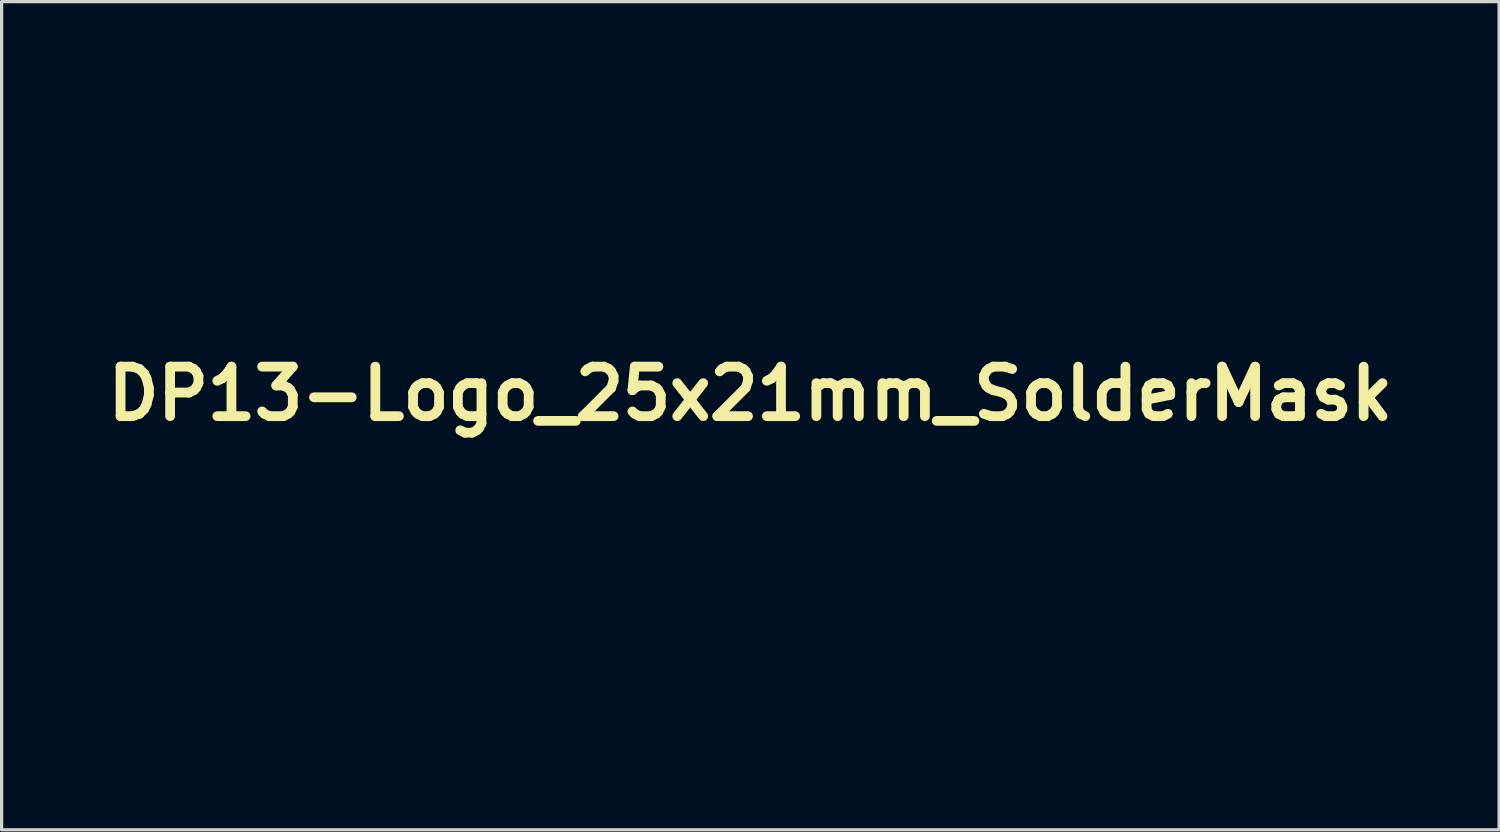
<source format=kicad_pcb>
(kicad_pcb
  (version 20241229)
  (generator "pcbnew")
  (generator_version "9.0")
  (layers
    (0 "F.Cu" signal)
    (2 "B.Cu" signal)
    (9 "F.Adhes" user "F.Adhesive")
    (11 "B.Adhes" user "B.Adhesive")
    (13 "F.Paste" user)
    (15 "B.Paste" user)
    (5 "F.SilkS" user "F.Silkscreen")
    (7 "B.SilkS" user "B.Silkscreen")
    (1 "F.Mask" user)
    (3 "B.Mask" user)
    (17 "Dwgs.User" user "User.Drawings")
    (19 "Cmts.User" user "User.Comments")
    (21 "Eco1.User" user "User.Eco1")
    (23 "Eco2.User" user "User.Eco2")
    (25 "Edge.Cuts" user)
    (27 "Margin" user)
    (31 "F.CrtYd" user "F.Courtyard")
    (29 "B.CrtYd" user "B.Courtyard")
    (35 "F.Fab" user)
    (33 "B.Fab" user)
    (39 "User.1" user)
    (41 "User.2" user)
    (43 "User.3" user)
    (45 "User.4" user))
  (footprint "DP13-Logo_25x21mm_SolderMask"
    (layer "F.Cu")
    (at 20.037 9.065)
    (property "Reference" "DP13-Logo_25x21mm_SolderMask" (at 0 0 0) (layer "F.SilkS") (effects (font (size 1.524 1.524) (thickness 0.3))))
    (attr through_hole)
    (fp_poly (pts (xy 2.405 3.85) (xy 2.413 3.895) (xy 2.346 4.022) (xy 2.307 4.043) (xy 2.222 4.004) (xy 2.201 3.895) (xy 2.24 3.76) (xy 2.307 3.747) (xy 2.405 3.85)) (stroke (width 0.01) (type solid)) (fill yes) (layer "F.Mask"))
    (fp_poly (pts (xy 3.759 4.042) (xy 3.812 4.182) (xy 3.735 4.295) (xy 3.641 4.318) (xy 3.503 4.269) (xy 3.471 4.2) (xy 3.533 4.079) (xy 3.66 4.015) (xy 3.759 4.042)) (stroke (width 0.01) (type solid)) (fill yes) (layer "F.Mask"))
    (fp_poly (pts (xy 3.036 3.271) (xy 3.414 3.308) (xy 3.777 3.361) (xy 4.086 3.425) (xy 4.302 3.497) (xy 4.385 3.567) (xy 4.384 3.661) (xy 4.322 3.718) (xy 4.178 3.74) (xy 3.927 3.728) (xy 3.549 3.684) (xy 3.204 3.635) (xy 2.717 3.562) (xy 2.38 3.507) (xy 2.174 3.462) (xy 2.08 3.422) (xy 2.08 3.381) (xy 2.155 3.332) (xy 2.206 3.307) (xy 2.393 3.266) (xy 2.683 3.256) (xy 3.036 3.271)) (stroke (width 0.01) (type solid)) (fill yes) (layer "F.Mask"))
    (fp_poly (pts (xy -5.97 2.035) (xy -5.928 2.345) (xy -5.893 2.82) (xy -5.891 2.857) (xy -5.864 3.291) (xy -5.834 3.7) (xy -5.806 4.032) (xy -5.786 4.212) (xy -5.773 4.434) (xy -5.798 4.56) (xy -5.818 4.572) (xy -5.863 4.494) (xy -5.933 4.28) (xy -6.017 3.961) (xy -6.108 3.567) (xy -6.131 3.46) (xy -6.222 2.994) (xy -6.28 2.631) (xy -6.301 2.391) (xy -6.284 2.296) (xy -6.197 2.18) (xy -6.144 2.053) (xy -6.076 1.893) (xy -6.018 1.886) (xy -5.97 2.035)) (stroke (width 0.01) (type solid)) (fill yes) (layer "F.Mask"))
    (fp_poly (pts (xy -6.53 3.112) (xy -6.519 3.203) (xy -6.525 3.273) (xy -6.557 3.327) (xy -6.639 3.37) (xy -6.794 3.409) (xy -7.044 3.448) (xy -7.414 3.492) (xy -7.927 3.549) (xy -8.001 3.557) (xy -8.418 3.601) (xy -8.694 3.626) (xy -8.86 3.629) (xy -8.943 3.607) (xy -8.971 3.56) (xy -8.975 3.484) (xy -8.975 3.482) (xy -8.957 3.411) (xy -8.884 3.358) (xy -8.729 3.314) (xy -8.463 3.273) (xy -8.058 3.227) (xy -8.022 3.223) (xy -7.608 3.178) (xy -7.23 3.134) (xy -6.936 3.097) (xy -6.795 3.076) (xy -6.605 3.059) (xy -6.53 3.112)) (stroke (width 0.01) (type solid)) (fill yes) (layer "F.Mask"))
    (fp_poly (pts (xy 10.942 5.781) (xy 11.182 5.842) (xy 11.476 5.926) (xy 11.776 6.017) (xy 12.032 6.102) (xy 12.195 6.166) (xy 12.224 6.183) (xy 12.245 6.293) (xy 12.238 6.523) (xy 12.208 6.825) (xy 12.162 7.155) (xy 12.106 7.464) (xy 12.047 7.707) (xy 12.008 7.811) (xy 11.867 7.919) (xy 11.63 7.953) (xy 11.357 7.904) (xy 11.345 7.9) (xy 10.915 7.731) (xy 10.65 7.591) (xy 10.551 7.482) (xy 10.568 7.432) (xy 10.644 7.276) (xy 10.668 7.106) (xy 10.721 6.877) (xy 10.837 6.666) (xy 10.986 6.389) (xy 10.971 6.126) (xy 10.875 5.946) (xy 10.799 5.81) (xy 10.806 5.757) (xy 10.942 5.781)) (stroke (width 0.01) (type solid)) (fill yes) (layer "F.Mask"))
    (fp_poly (pts (xy 3.586 5.661) (xy 3.699 5.734) (xy 3.84 5.82) (xy 4.107 5.972) (xy 4.474 6.176) (xy 4.918 6.419) (xy 5.414 6.687) (xy 5.715 6.848) (xy 6.232 7.127) (xy 6.711 7.391) (xy 7.129 7.627) (xy 7.461 7.821) (xy 7.681 7.958) (xy 7.747 8.005) (xy 8.001 8.212) (xy 7.595 8.212) (xy 7.142 8.269) (xy 6.815 8.439) (xy 6.613 8.723) (xy 6.536 9.121) (xy 6.582 9.634) (xy 6.643 9.926) (xy 6.701 10.165) (xy 6.733 10.266) (xy 6.773 10.398) (xy 6.739 10.411) (xy 6.63 10.301) (xy 6.441 10.065) (xy 6.17 9.698) (xy 5.812 9.197) (xy 5.376 8.571) (xy 5.012 8.046) (xy 4.659 7.536) (xy 4.335 7.067) (xy 4.057 6.666) (xy 3.843 6.359) (xy 3.735 6.202) (xy 3.525 5.881) (xy 3.431 5.685) (xy 3.451 5.611) (xy 3.586 5.661)) (stroke (width 0.01) (type solid)) (fill yes) (layer "F.Mask"))
    (fp_poly (pts (xy -3.164 -1.43) (xy -3.19 -1.048) (xy -3.214 -0.734) (xy -3.235 -0.523) (xy -3.247 -0.45) (xy -3.333 -0.425) (xy -3.564 -0.367) (xy -3.921 -0.28) (xy -4.385 -0.169) (xy -4.936 -0.039) (xy -5.555 0.106) (xy -6.006 0.212) (xy -6.663 0.365) (xy -7.267 0.509) (xy -7.8 0.636) (xy -8.241 0.744) (xy -8.569 0.826) (xy -8.766 0.879) (xy -8.814 0.895) (xy -8.885 0.878) (xy -8.89 0.849) (xy -8.821 0.746) (xy -8.742 0.703) (xy -8.619 0.651) (xy -8.371 0.54) (xy -8.025 0.384) (xy -7.611 0.195) (xy -7.239 0.024) (xy -5.884 -0.601) (xy -6.668 -0.575) (xy -7.008 -0.571) (xy -7.274 -0.579) (xy -7.427 -0.599) (xy -7.451 -0.614) (xy -7.386 -0.676) (xy -7.366 -0.677) (xy -7.291 -0.746) (xy -7.281 -0.804) (xy -7.229 -0.89) (xy -7.054 -0.927) (xy -6.916 -0.931) (xy -6.443 -0.978) (xy -5.871 -1.111) (xy -5.241 -1.314) (xy -4.592 -1.574) (xy -3.963 -1.878) (xy -3.531 -2.124) (xy -3.106 -2.385) (xy -3.164 -1.43)) (stroke (width 0.01) (type solid)) (fill yes) (layer "F.Mask"))
    (fp_poly (pts (xy -3.409 -4.698) (xy -3.493 -4.6) (xy -3.606 -4.38) (xy -3.635 -4.119) (xy -3.578 -3.891) (xy -3.513 -3.81) (xy -3.331 -3.726) (xy -3.175 -3.704) (xy -3.016 -3.68) (xy -2.963 -3.635) (xy -3.035 -3.565) (xy -3.232 -3.438) (xy -3.524 -3.271) (xy -3.883 -3.077) (xy -4.279 -2.874) (xy -4.684 -2.675) (xy -5.069 -2.496) (xy -5.376 -2.363) (xy -5.693 -2.23) (xy -5.952 -2.114) (xy -6.11 -2.034) (xy -6.134 -2.017) (xy -6.269 -1.95) (xy -6.346 -2) (xy -6.35 -2.03) (xy -6.292 -2.131) (xy -6.145 -2.295) (xy -6.05 -2.386) (xy -5.835 -2.638) (xy -5.783 -2.855) (xy -5.895 -3.032) (xy -6.02 -3.109) (xy -6.137 -3.149) (xy -6.287 -3.158) (xy -6.502 -3.133) (xy -6.815 -3.07) (xy -7.247 -2.968) (xy -7.661 -2.864) (xy -8.035 -2.766) (xy -8.325 -2.685) (xy -8.488 -2.633) (xy -8.67 -2.588) (xy -8.721 -2.629) (xy -8.652 -2.726) (xy -8.572 -2.767) (xy -8.458 -2.811) (xy -8.208 -2.907) (xy -7.841 -3.049) (xy -7.379 -3.228) (xy -6.843 -3.437) (xy -6.253 -3.666) (xy -6.054 -3.744) (xy -5.45 -3.979) (xy -4.892 -4.195) (xy -4.401 -4.384) (xy -3.997 -4.538) (xy -3.701 -4.65) (xy -3.536 -4.71) (xy -3.514 -4.718) (xy -3.399 -4.744) (xy -3.409 -4.698)) (stroke (width 0.01) (type solid)) (fill yes) (layer "F.Mask"))
    (fp_poly (pts (xy 3.895 -0.525) (xy 4.207 -0.239) (xy 4.37 0.018) (xy 4.452 0.226) (xy 4.435 0.322) (xy 4.326 0.291) (xy 4.266 0.246) (xy 4.073 0.164) (xy 3.918 0.156) (xy 3.7 0.123) (xy 3.531 0.028) (xy 3.451 -0.029) (xy 3.486 0.035) (xy 3.58 0.155) (xy 3.772 0.494) (xy 3.81 0.742) (xy 3.816 0.934) (xy 3.847 0.979) (xy 3.919 0.9) (xy 3.923 0.894) (xy 4.038 0.791) (xy 4.198 0.795) (xy 4.283 0.821) (xy 4.418 0.877) (xy 4.495 0.962) (xy 4.533 1.122) (xy 4.553 1.402) (xy 4.555 1.437) (xy 4.554 1.78) (xy 4.516 2.004) (xy 4.481 2.066) (xy 4.383 2.112) (xy 4.343 2.055) (xy 4.268 2.017) (xy 4.103 2.103) (xy 4.054 2.137) (xy 3.852 2.256) (xy 3.706 2.257) (xy 3.664 2.235) (xy 3.477 2.076) (xy 3.433 1.9) (xy 3.527 1.669) (xy 3.589 1.572) (xy 3.721 1.358) (xy 3.798 1.194) (xy 3.806 1.152) (xy 3.77 1.16) (xy 3.684 1.287) (xy 3.635 1.377) (xy 3.435 1.642) (xy 3.194 1.814) (xy 3.034 1.894) (xy 3.025 1.932) (xy 3.095 1.94) (xy 3.312 2.01) (xy 3.45 2.164) (xy 3.471 2.261) (xy 3.415 2.362) (xy 3.27 2.367) (xy 3.073 2.296) (xy 2.86 2.165) (xy 2.668 1.995) (xy 2.533 1.803) (xy 2.52 1.773) (xy 2.472 1.67) (xy 2.443 1.662) (xy 2.431 1.769) (xy 2.432 2.01) (xy 2.442 2.322) (xy 2.448 2.667) (xy 2.439 2.937) (xy 2.418 3.095) (xy 2.4 3.121) (xy 2.266 3.097) (xy 2.14 3.073) (xy 2.063 3.052) (xy 2.011 3.007) (xy 1.982 2.907) (xy 1.972 2.727) (xy 1.977 2.436) (xy 1.994 2.006) (xy 1.996 1.963) (xy 2.022 1.371) (xy 2.023 1.355) (xy 2.286 1.355) (xy 2.317 1.424) (xy 2.342 1.411) (xy 2.353 1.311) (xy 2.342 1.298) (xy 2.292 1.31) (xy 2.286 1.355) (xy 2.023 1.355) (xy 2.049 0.922) (xy 2.061 0.804) (xy 2.307 0.804) (xy 2.314 0.979) (xy 2.333 1.024) (xy 2.344 0.996) (xy 2.36 0.792) (xy 2.346 0.657) (xy 2.324 0.61) (xy 2.31 0.712) (xy 2.307 0.804) (xy 2.061 0.804) (xy 2.083 0.589) (xy 2.123 0.363) (xy 2.371 0.363) (xy 2.387 0.423) (xy 2.395 0.416) (xy 2.458 0.328) (xy 2.543 0.212) (xy 2.622 0.097) (xy 2.593 0.102) (xy 2.519 0.159) (xy 2.4 0.288) (xy 2.371 0.363) (xy 2.123 0.363) (xy 2.127 0.345) (xy 2.186 0.164) (xy 2.267 0.018) (xy 2.318 -0.047) (xy 2.727 -0.047) (xy 2.764 -0.044) (xy 2.899 -0.105) (xy 2.935 -0.127) (xy 3.217 -0.127) (xy 3.26 -0.085) (xy 3.302 -0.127) (xy 3.26 -0.169) (xy 3.217 -0.127) (xy 2.935 -0.127) (xy 3.031 -0.187) (xy 3.041 -0.241) (xy 3.037 -0.243) (xy 2.913 -0.214) (xy 2.809 -0.136) (xy 2.727 -0.047) (xy 2.318 -0.047) (xy 2.374 -0.118) (xy 2.389 -0.135) (xy 2.763 -0.466) (xy 3.153 -0.641) (xy 3.537 -0.66) (xy 3.895 -0.525)) (stroke (width 0.01) (type solid)) (fill yes) (layer "F.Mask"))
    (fp_poly (pts (xy 6.731 -4.884) (xy 7.639 -4.805) (xy 8.412 -4.647) (xy 9.068 -4.406) (xy 9.483 -4.175) (xy 9.797 -3.94) (xy 10.176 -3.61) (xy 10.588 -3.216) (xy 11.001 -2.794) (xy 11.382 -2.375) (xy 11.7 -1.994) (xy 11.92 -1.683) (xy 11.934 -1.661) (xy 12.266 -0.976) (xy 12.501 -0.209) (xy 12.644 0.66) (xy 12.699 1.653) (xy 12.7 1.812) (xy 12.689 2.201) (xy 12.66 2.668) (xy 12.615 3.185) (xy 12.558 3.727) (xy 12.493 4.267) (xy 12.423 4.776) (xy 12.351 5.228) (xy 12.282 5.597) (xy 12.218 5.854) (xy 12.164 5.974) (xy 12.157 5.978) (xy 12.042 5.96) (xy 11.795 5.879) (xy 11.439 5.745) (xy 10.994 5.568) (xy 10.484 5.357) (xy 9.93 5.121) (xy 9.354 4.87) (xy 8.777 4.614) (xy 8.222 4.363) (xy 7.71 4.125) (xy 7.263 3.911) (xy 6.903 3.729) (xy 6.652 3.59) (xy 6.562 3.53) (xy 6.508 3.48) (xy 6.466 3.407) (xy 6.434 3.29) (xy 6.41 3.108) (xy 6.391 2.84) (xy 6.376 2.464) (xy 6.363 1.959) (xy 6.35 1.381) (xy 6.308 -0.639) (xy 6.037 -1.188) (xy 5.677 -1.776) (xy 5.224 -2.25) (xy 4.648 -2.638) (xy 4.44 -2.746) (xy 3.81 -3.053) (xy 3.809 -3.45) (xy 4.113 -3.45) (xy 4.136 -3.258) (xy 4.225 -3.152) (xy 4.398 -3.091) (xy 4.424 -3.086) (xy 4.696 -2.996) (xy 4.92 -2.886) (xy 5.169 -2.679) (xy 5.458 -2.352) (xy 5.759 -1.941) (xy 6.046 -1.481) (xy 6.281 -1.037) (xy 6.613 -0.338) (xy 6.646 1.503) (xy 6.679 3.344) (xy 6.914 3.532) (xy 7.084 3.629) (xy 7.376 3.758) (xy 7.751 3.902) (xy 8.171 4.047) (xy 8.217 4.062) (xy 8.673 4.22) (xy 9.122 4.395) (xy 9.512 4.565) (xy 9.786 4.708) (xy 10.122 4.897) (xy 10.477 5.074) (xy 10.71 5.175) (xy 10.998 5.294) (xy 11.253 5.411) (xy 11.345 5.46) (xy 11.633 5.573) (xy 11.868 5.537) (xy 12.014 5.428) (xy 12.079 5.353) (xy 12.132 5.259) (xy 12.178 5.123) (xy 12.22 4.922) (xy 12.263 4.634) (xy 12.311 4.237) (xy 12.368 3.708) (xy 12.41 3.302) (xy 12.482 2.387) (xy 12.497 1.584) (xy 12.452 0.847) (xy 12.346 0.127) (xy 12.317 -0.022) (xy 12.235 -0.354) (xy 12.127 -0.697) (xy 12.005 -1.018) (xy 11.885 -1.286) (xy 11.779 -1.469) (xy 11.701 -1.534) (xy 11.681 -1.519) (xy 11.596 -1.515) (xy 11.447 -1.656) (xy 11.377 -1.742) (xy 11.296 -1.838) (xy 11.528 -1.838) (xy 11.549 -1.791) (xy 11.634 -1.7) (xy 11.683 -1.719) (xy 11.684 -1.731) (xy 11.624 -1.802) (xy 11.586 -1.828) (xy 11.528 -1.838) (xy 11.296 -1.838) (xy 11.081 -2.092) (xy 11.359 -2.092) (xy 11.38 -2.045) (xy 11.465 -1.954) (xy 11.514 -1.973) (xy 11.515 -1.985) (xy 11.455 -2.056) (xy 11.417 -2.082) (xy 11.359 -2.092) (xy 11.081 -2.092) (xy 10.786 -2.441) (xy 10.193 -2.983) (xy 9.644 -3.343) (xy 8.933 -3.68) (xy 8.236 -3.928) (xy 7.514 -4.095) (xy 6.726 -4.19) (xy 5.833 -4.221) (xy 5.419 -4.217) (xy 4.191 -4.191) (xy 4.14 -3.768) (xy 4.113 -3.45) (xy 3.809 -3.45) (xy 3.809 -3.453) (xy 3.794 -3.777) (xy 3.738 -3.95) (xy 3.617 -3.983) (xy 3.406 -3.887) (xy 3.195 -3.75) (xy 2.759 -3.415) (xy 2.48 -3.104) (xy 2.354 -2.831) (xy 2.355 -2.695) (xy 2.479 -2.661) (xy 2.483 -2.662) (xy 2.588 -2.636) (xy 2.668 -2.529) (xy 2.742 -2.305) (xy 2.779 -2.159) (xy 2.848 -1.887) (xy 2.903 -1.691) (xy 2.93 -1.618) (xy 3.021 -1.619) (xy 3.218 -1.66) (xy 3.334 -1.69) (xy 3.832 -1.746) (xy 4.33 -1.651) (xy 4.794 -1.418) (xy 5.192 -1.064) (xy 5.399 -0.774) (xy 5.63 -0.381) (xy 5.63 2.244) (xy 5.633 2.902) (xy 5.639 3.513) (xy 5.649 4.054) (xy 5.662 4.501) (xy 5.677 4.834) (xy 5.694 5.029) (xy 5.701 5.064) (xy 5.821 5.216) (xy 6.084 5.389) (xy 6.413 5.552) (xy 6.709 5.682) (xy 6.942 5.774) (xy 7.071 5.813) (xy 7.085 5.812) (xy 7.039 5.762) (xy 6.885 5.684) (xy 6.864 5.675) (xy 6.622 5.557) (xy 6.512 5.439) (xy 6.533 5.292) (xy 6.686 5.085) (xy 6.855 4.906) (xy 7.075 4.676) (xy 7.193 4.528) (xy 7.226 4.424) (xy 7.192 4.325) (xy 7.151 4.259) (xy 7.062 4.086) (xy 7.043 3.974) (xy 7.12 3.98) (xy 7.305 4.06) (xy 7.561 4.192) (xy 7.854 4.358) (xy 8.15 4.536) (xy 8.414 4.709) (xy 8.611 4.854) (xy 8.669 4.906) (xy 8.781 5.102) (xy 8.856 5.392) (xy 8.889 5.717) (xy 8.874 6.019) (xy 8.809 6.238) (xy 8.776 6.283) (xy 8.724 6.356) (xy 8.74 6.434) (xy 8.845 6.542) (xy 9.059 6.704) (xy 9.231 6.827) (xy 9.498 7.02) (xy 9.702 7.178) (xy 9.811 7.275) (xy 9.82 7.29) (xy 9.749 7.345) (xy 9.573 7.412) (xy 9.546 7.42) (xy 9.318 7.547) (xy 9.239 7.753) (xy 9.308 8.038) (xy 9.477 8.332) (xy 9.647 8.588) (xy 9.727 8.743) (xy 9.708 8.796) (xy 9.58 8.75) (xy 9.332 8.604) (xy 8.975 8.372) (xy 8.659 8.171) (xy 8.244 7.917) (xy 7.781 7.642) (xy 7.319 7.374) (xy 7.237 7.327) (xy 6.735 7.038) (xy 6.178 6.712) (xy 5.635 6.387) (xy 5.171 6.104) (xy 5.162 6.098) (xy 4.763 5.858) (xy 4.375 5.64) (xy 4.042 5.465) (xy 3.805 5.358) (xy 3.789 5.352) (xy 3.534 5.244) (xy 3.412 5.134) (xy 3.387 5.028) (xy 3.37 4.9) (xy 3.303 4.798) (xy 3.158 4.704) (xy 2.909 4.604) (xy 2.529 4.482) (xy 2.413 4.446) (xy 1.903 4.282) (xy 1.426 4.111) (xy 1.069 3.967) (xy 1.524 3.967) (xy 2.011 4.105) (xy 2.387 4.211) (xy 2.624 4.274) (xy 2.746 4.301) (xy 2.775 4.294) (xy 2.737 4.26) (xy 2.722 4.25) (xy 2.634 4.109) (xy 2.67 3.95) (xy 2.809 3.839) (xy 2.866 3.824) (xy 3.007 3.826) (xy 3.023 3.919) (xy 3.008 3.972) (xy 2.994 4.102) (xy 3.094 4.146) (xy 3.174 4.149) (xy 3.324 4.176) (xy 3.339 4.236) (xy 3.238 4.297) (xy 3.064 4.324) (xy 3.051 4.347) (xy 3.179 4.405) (xy 3.425 4.489) (xy 3.767 4.591) (xy 3.81 4.603) (xy 4.302 4.732) (xy 4.638 4.799) (xy 4.818 4.803) (xy 4.846 4.787) (xy 4.869 4.674) (xy 4.888 4.425) (xy 4.902 4.076) (xy 4.909 3.659) (xy 4.91 3.556) (xy 4.917 2.913) (xy 4.934 2.331) (xy 4.961 1.831) (xy 4.995 1.434) (xy 5.036 1.158) (xy 5.081 1.025) (xy 5.096 1.016) (xy 5.117 1.097) (xy 5.13 1.329) (xy 5.135 1.693) (xy 5.132 2.171) (xy 5.12 2.743) (xy 5.113 2.971) (xy 5.095 3.612) (xy 5.085 4.103) (xy 5.084 4.464) (xy 5.093 4.715) (xy 5.112 4.876) (xy 5.141 4.967) (xy 5.173 5.002) (xy 5.312 5.069) (xy 5.355 5.079) (xy 5.373 4.998) (xy 5.39 4.77) (xy 5.406 4.417) (xy 5.421 3.961) (xy 5.432 3.424) (xy 5.439 2.857) (xy 5.447 2.047) (xy 5.452 1.388) (xy 5.454 0.863) (xy 5.452 0.455) (xy 5.445 0.147) (xy 5.433 -0.08) (xy 5.413 -0.242) (xy 5.386 -0.357) (xy 5.349 -0.443) (xy 5.304 -0.516) (xy 5.257 -0.582) (xy 5.049 -0.788) (xy 4.868 -0.847) (xy 4.691 -0.879) (xy 4.614 -0.931) (xy 4.493 -1.007) (xy 4.425 -1.016) (xy 4.346 -0.997) (xy 4.38 -0.918) (xy 4.459 -0.826) (xy 4.677 -0.555) (xy 4.861 -0.28) (xy 4.992 -0.034) (xy 5.057 0.153) (xy 5.037 0.248) (xy 5.011 0.254) (xy 4.929 0.184) (xy 4.831 0.012) (xy 4.819 -0.017) (xy 4.592 -0.4) (xy 4.243 -0.785) (xy 3.846 -1.105) (xy 3.484 -1.354) (xy 3.076 -1.18) (xy 2.629 -0.922) (xy 2.22 -0.565) (xy 1.908 -0.161) (xy 1.859 -0.074) (xy 1.733 0.244) (xy 1.638 0.657) (xy 1.574 1.184) (xy 1.537 1.841) (xy 1.525 2.64) (xy 1.524 3.967) (xy 1.069 3.967) (xy 1.009 3.943) (xy 0.679 3.791) (xy 0.463 3.665) (xy 0.39 3.592) (xy 0.394 3.459) (xy 0.53 3.416) (xy 0.783 3.464) (xy 0.804 3.471) (xy 1.02 3.522) (xy 1.171 3.521) (xy 1.184 3.515) (xy 1.223 3.411) (xy 1.253 3.177) (xy 1.27 2.851) (xy 1.272 2.683) (xy 1.295 1.87) (xy 1.355 1.13) (xy 1.45 0.492) (xy 1.576 -0.015) (xy 1.612 -0.12) (xy 1.755 -0.421) (xy 1.948 -0.73) (xy 2.164 -1.012) (xy 2.372 -1.229) (xy 2.545 -1.345) (xy 2.593 -1.355) (xy 2.663 -1.354) (xy 2.694 -1.377) (xy 2.68 -1.457) (xy 2.614 -1.628) (xy 2.506 -1.893) (xy 2.304 -2.39) (xy 2.073 -1.995) (xy 1.882 -1.614) (xy 1.673 -1.102) (xy 1.457 -0.496) (xy 1.245 0.17) (xy 1.046 0.858) (xy 0.873 1.532) (xy 0.736 2.157) (xy 0.646 2.697) (xy 0.637 2.773) (xy 0.593 3.047) (xy 0.538 3.238) (xy 0.489 3.302) (xy 0.44 3.225) (xy 0.435 3.017) (xy 0.442 2.937) (xy 0.457 2.699) (xy 0.408 2.554) (xy 0.264 2.429) (xy 0.196 2.384) (xy 0.009 2.238) (xy -0.119 2.067) (xy -0.198 1.836) (xy -0.24 1.512) (xy -0.254 1.061) (xy -0.254 0.933) (xy -0.254 0.221) (xy 0.042 0.221) (xy 0.072 0.366) (xy 0.149 0.581) (xy 0.251 0.821) (xy 0.359 1.042) (xy 0.453 1.201) (xy 0.511 1.252) (xy 0.517 1.247) (xy 0.556 1.111) (xy 0.601 0.866) (xy 0.632 0.643) (xy 0.672 0.355) (xy 0.711 0.129) (xy 0.734 0.036) (xy 0.728 -0.021) (xy 0.624 -0.019) (xy 0.409 0.038) (xy 0.189 0.117) (xy 0.058 0.194) (xy 0.042 0.221) (xy -0.254 0.221) (xy -0.254 0.098) (xy 0.254 -0.099) (xy 0.544 -0.222) (xy 0.715 -0.335) (xy 0.814 -0.475) (xy 0.859 -0.592) (xy 1.131 -1.236) (xy 1.502 -1.831) (xy 1.731 -2.107) (xy 2.016 -2.478) (xy 2.178 -2.864) (xy 2.196 -2.932) (xy 2.28 -3.204) (xy 2.406 -3.43) (xy 2.6 -3.631) (xy 2.886 -3.831) (xy 3.288 -4.05) (xy 3.66 -4.23) (xy 4.287 -4.509) (xy 4.825 -4.704) (xy 5.328 -4.826) (xy 5.846 -4.885) (xy 6.431 -4.894) (xy 6.731 -4.884)) (stroke (width 0.01) (type solid)) (fill yes) (layer "F.Mask"))
    (fp_poly (pts (xy -5.237 -9.009) (xy -4.628 -8.872) (xy -4.364 -8.772) (xy -3.623 -8.347) (xy -2.95 -7.77) (xy -2.35 -7.047) (xy -1.828 -6.183) (xy -1.435 -5.308) (xy -1.199 -4.699) (xy -0.832 -4.673) (xy -0.615 -4.64) (xy -0.427 -4.558) (xy -0.219 -4.397) (xy -0.021 -4.21) (xy 0.311 -3.843) (xy 0.525 -3.489) (xy 0.638 -3.1) (xy 0.668 -2.627) (xy 0.656 -2.324) (xy 0.621 -1.925) (xy 0.567 -1.642) (xy 0.481 -1.421) (xy 0.396 -1.277) (xy 0.064 -0.909) (xy -0.394 -0.626) (xy -0.965 -0.427) (xy -1.478 -0.293) (xy -1.717 0.721) (xy -1.831 1.178) (xy -1.927 1.5) (xy -2.017 1.719) (xy -2.115 1.869) (xy -2.185 1.94) (xy -2.323 2.094) (xy -2.318 2.175) (xy -2.307 2.18) (xy -2.209 2.284) (xy -2.201 2.331) (xy -2.136 2.468) (xy -2.069 2.521) (xy -1.969 2.645) (xy -1.878 2.867) (xy -1.855 2.956) (xy -1.832 3.071) (xy -1.825 3.181) (xy -1.844 3.304) (xy -1.895 3.463) (xy -1.989 3.678) (xy -2.134 3.969) (xy -2.338 4.359) (xy -2.611 4.866) (xy -2.764 5.15) (xy -3.057 5.689) (xy -3.341 6.206) (xy -3.602 6.672) (xy -3.824 7.06) (xy -3.99 7.343) (xy -4.057 7.449) (xy -4.36 7.914) (xy -4.414 7.411) (xy -4.467 7.085) (xy -4.552 6.872) (xy -4.685 6.722) (xy -5.038 6.529) (xy -5.49 6.468) (xy -6.035 6.54) (xy -6.098 6.555) (xy -6.377 6.62) (xy -6.588 6.654) (xy -6.678 6.653) (xy -6.757 6.695) (xy -6.934 6.834) (xy -7.185 7.051) (xy -7.485 7.325) (xy -7.58 7.414) (xy -7.891 7.704) (xy -8.157 7.948) (xy -8.355 8.122) (xy -8.462 8.207) (xy -8.472 8.212) (xy -8.472 8.134) (xy -8.44 7.92) (xy -8.381 7.597) (xy -8.301 7.194) (xy -8.252 6.964) (xy -8.153 6.498) (xy -8.062 6.066) (xy -7.987 5.707) (xy -7.937 5.46) (xy -7.926 5.402) (xy -7.874 5.122) (xy -7.715 5.122) (xy -7.193 5.821) (xy -6.968 6.112) (xy -6.775 6.343) (xy -6.638 6.487) (xy -6.589 6.519) (xy -6.502 6.473) (xy -6.293 6.341) (xy -5.979 6.135) (xy -5.577 5.867) (xy -5.104 5.547) (xy -4.577 5.188) (xy -4.225 4.945) (xy -1.942 3.372) (xy -1.998 3.062) (xy -2.049 2.824) (xy -2.112 2.681) (xy -2.21 2.637) (xy -2.365 2.695) (xy -2.599 2.857) (xy -2.933 3.127) (xy -3.02 3.199) (xy -3.395 3.5) (xy -3.825 3.83) (xy -4.29 4.173) (xy -4.766 4.514) (xy -5.231 4.838) (xy -5.664 5.129) (xy -6.042 5.373) (xy -6.342 5.553) (xy -6.544 5.655) (xy -6.607 5.673) (xy -6.678 5.603) (xy -6.767 5.434) (xy -6.772 5.421) (xy -6.901 5.181) (xy -7.063 5.073) (xy -7.313 5.067) (xy -7.392 5.077) (xy -7.715 5.122) (xy -7.874 5.122) (xy -7.868 5.09) (xy -8.678 5.038) (xy -9.878 2.168) (xy -10.294 2.074) (xy -10.614 1.98) (xy -9.848 1.98) (xy -9.826 2.035) (xy -9.794 2.062) (xy -9.723 2.17) (xy -9.603 2.407) (xy -9.447 2.744) (xy -9.269 3.153) (xy -9.145 3.45) (xy -8.968 3.88) (xy -8.815 4.249) (xy -8.696 4.532) (xy -8.623 4.702) (xy -8.604 4.74) (xy -8.525 4.718) (xy -8.333 4.66) (xy -8.178 4.613) (xy -7.751 4.529) (xy -7.235 4.493) (xy -6.703 4.506) (xy -6.226 4.568) (xy -6.05 4.611) (xy -5.638 4.735) (xy -5.21 4.412) (xy -4.999 4.234) (xy -4.708 3.962) (xy -4.368 3.628) (xy -4.013 3.263) (xy -3.866 3.107) (xy -2.95 2.125) (xy -2.902 1.317) (xy -2.854 0.51) (xy -2.488 0.295) (xy -2.234 0.115) (xy -2.09 -0.087) (xy -2.031 -0.258) (xy -1.988 -0.495) (xy -1.993 -0.671) (xy -2.005 -0.7) (xy -2.057 -0.837) (xy -2.123 -1.078) (xy -2.166 -1.27) (xy -2.262 -1.736) (xy -2.326 -1.006) (xy -2.36 -0.666) (xy -2.398 -0.39) (xy -2.433 -0.221) (xy -2.443 -0.195) (xy -2.539 -0.116) (xy -2.744 0.016) (xy -3.016 0.175) (xy -3.069 0.205) (xy -3.389 0.389) (xy -3.576 0.509) (xy -3.627 0.562) (xy -3.536 0.544) (xy -3.323 0.459) (xy -3.095 0.362) (xy -2.925 0.29) (xy -2.9 0.28) (xy -2.807 0.276) (xy -2.826 0.376) (xy -2.953 0.562) (xy -2.988 0.605) (xy -3.119 0.717) (xy -3.343 0.867) (xy -3.625 1.035) (xy -3.933 1.204) (xy -4.231 1.356) (xy -4.488 1.474) (xy -4.669 1.539) (xy -4.741 1.535) (xy -4.741 1.533) (xy -4.809 1.489) (xy -4.911 1.499) (xy -5.048 1.566) (xy -5.08 1.619) (xy -5.157 1.658) (xy -5.357 1.685) (xy -5.588 1.693) (xy -5.856 1.683) (xy -6.04 1.655) (xy -6.096 1.623) (xy -6.019 1.574) (xy -5.815 1.506) (xy -5.523 1.431) (xy -5.419 1.407) (xy -5.031 1.31) (xy -4.807 1.22) (xy -4.741 1.142) (xy -4.771 1.082) (xy -4.881 1.092) (xy -5.104 1.178) (xy -5.129 1.188) (xy -5.438 1.31) (xy -5.609 1.349) (xy -5.648 1.308) (xy -5.63 1.27) (xy -5.618 1.205) (xy -5.708 1.192) (xy -5.923 1.233) (xy -6.137 1.288) (xy -6.363 1.369) (xy -6.5 1.459) (xy -6.519 1.498) (xy -6.591 1.597) (xy -6.71 1.646) (xy -6.884 1.674) (xy -7.184 1.713) (xy -7.572 1.76) (xy -8.013 1.81) (xy -8.47 1.859) (xy -8.905 1.904) (xy -9.283 1.941) (xy -9.566 1.964) (xy -9.719 1.972) (xy -9.72 1.972) (xy -9.848 1.98) (xy -10.614 1.98) (xy -10.738 1.944) (xy -11.082 1.769) (xy -11.11 1.746) (xy -10.172 1.746) (xy -10.059 1.761) (xy -10.033 1.761) (xy -9.959 1.757) (xy -9.716 1.757) (xy -9.715 1.853) (xy -9.623 1.828) (xy -9.504 1.727) (xy -9.415 1.627) (xy -9.457 1.609) (xy -9.524 1.621) (xy -9.673 1.697) (xy -9.716 1.757) (xy -9.959 1.757) (xy -9.888 1.752) (xy -9.876 1.726) (xy -9.883 1.722) (xy -10.051 1.706) (xy -10.137 1.719) (xy -10.172 1.746) (xy -11.11 1.746) (xy -11.367 1.54) (xy -11.513 1.372) (xy -11.582 1.182) (xy -11.599 0.898) (xy -11.599 0.894) (xy -11.617 0.601) (xy -11.663 0.218) (xy -11.728 -0.18) (xy -11.74 -0.243) (xy -11.813 -0.59) (xy -11.876 -0.809) (xy -11.909 -0.867) (xy -11.684 -0.867) (xy -11.667 -0.78) (xy -11.621 -0.566) (xy -11.554 -0.262) (xy -11.512 -0.074) (xy -11.409 0.366) (xy -11.317 0.682) (xy -11.22 0.913) (xy -11.1 1.104) (xy -10.938 1.294) (xy -10.933 1.3) (xy -10.819 1.416) (xy -10.712 1.484) (xy -10.568 1.512) (xy -10.344 1.51) (xy -9.995 1.485) (xy -9.991 1.484) (xy -9.532 1.439) (xy -9.018 1.375) (xy -8.558 1.305) (xy -8.551 1.304) (xy -7.939 1.185) (xy -7.323 1.044) (xy -6.576 1.044) (xy -6.564 1.095) (xy -6.519 1.101) (xy -6.45 1.07) (xy -6.463 1.044) (xy -6.563 1.034) (xy -6.576 1.044) (xy -7.323 1.044) (xy -7.208 1.018) (xy -7.12 0.996) (xy -6.229 0.996) (xy -6.145 1.009) (xy -6.069 0.998) (xy -4.64 0.998) (xy -4.614 1.013) (xy -4.475 0.971) (xy -4.403 0.931) (xy -4.335 0.864) (xy -4.36 0.849) (xy -4.499 0.891) (xy -4.572 0.931) (xy -4.64 0.998) (xy -6.069 0.998) (xy -6.036 0.994) (xy -6.034 0.965) (xy -6.148 0.945) (xy -6.197 0.958) (xy -6.229 0.996) (xy -7.12 0.996) (xy -6.61 0.868) (xy -5.722 0.868) (xy -5.718 0.887) (xy -5.673 0.881) (xy -5.398 0.82) (xy -5.347 0.804) (xy -4.233 0.804) (xy -4.191 0.847) (xy -4.149 0.804) (xy -4.191 0.762) (xy -4.233 0.804) (xy -5.347 0.804) (xy -5.147 0.744) (xy -4.047 0.744) (xy -4.022 0.759) (xy -3.883 0.717) (xy -3.81 0.677) (xy -3.742 0.61) (xy -3.768 0.595) (xy -3.907 0.637) (xy -3.979 0.677) (xy -4.047 0.744) (xy -5.147 0.744) (xy -5.087 0.726) (xy -5.015 0.701) (xy -4.771 0.606) (xy -4.678 0.555) (xy -4.721 0.55) (xy -4.888 0.587) (xy -5.164 0.668) (xy -5.337 0.723) (xy -5.589 0.81) (xy -5.722 0.868) (xy -6.61 0.868) (xy -6.399 0.815) (xy -5.553 0.585) (xy -5.144 0.466) (xy -4.572 0.466) (xy -4.53 0.508) (xy -4.487 0.466) (xy -4.53 0.423) (xy -4.572 0.466) (xy -5.144 0.466) (xy -4.711 0.34) (xy -4.331 0.223) (xy -3.905 0.088) (xy -3.541 -0.029) (xy -3.267 -0.12) (xy -3.112 -0.175) (xy -3.088 -0.185) (xy -3.071 -0.275) (xy -3.043 -0.498) (xy -3.008 -0.819) (xy -2.968 -1.205) (xy -2.928 -1.621) (xy -2.891 -2.032) (xy -2.859 -2.404) (xy -1.757 -2.404) (xy -1.74 -1.683) (xy -1.699 -1.395) (xy -1.621 -0.992) (xy -1.544 -0.732) (xy -1.454 -0.591) (xy -1.336 -0.545) (xy -1.203 -0.561) (xy -1.024 -0.611) (xy -0.94 -0.645) (xy -0.948 -0.734) (xy -0.999 -0.938) (xy -1.084 -1.216) (xy -1.088 -1.228) (xy -1.242 -1.913) (xy -1.268 -2.609) (xy -1.257 -2.687) (xy -1.093 -2.687) (xy -1.086 -2.063) (xy -0.98 -1.452) (xy -0.93 -1.284) (xy -0.739 -0.7) (xy -0.466 -0.784) (xy -0.193 -0.868) (xy -0.456 -1.379) (xy -0.589 -1.655) (xy -0.668 -1.89) (xy -0.707 -2.147) (xy -0.719 -2.491) (xy -0.72 -2.625) (xy -0.715 -2.995) (xy -0.69 -3.253) (xy -0.634 -3.454) (xy -0.533 -3.656) (xy -0.451 -3.791) (xy -0.305 -4.038) (xy -0.246 -4.188) (xy -0.263 -4.28) (xy -0.309 -4.329) (xy -0.384 -4.38) (xy -0.45 -4.376) (xy -0.529 -4.293) (xy -0.641 -4.108) (xy -0.807 -3.797) (xy -0.823 -3.768) (xy -1.005 -3.272) (xy -1.093 -2.687) (xy -1.257 -2.687) (xy -1.17 -3.276) (xy -0.951 -3.877) (xy -0.794 -4.146) (xy -0.674 -4.36) (xy -0.667 -4.467) (xy -0.754 -4.465) (xy -0.916 -4.354) (xy -1.111 -4.158) (xy -1.436 -3.67) (xy -1.654 -3.076) (xy -1.757 -2.404) (xy -2.859 -2.404) (xy -2.859 -2.404) (xy -2.836 -2.702) (xy -2.826 -2.891) (xy -2.828 -2.941) (xy -2.909 -2.915) (xy -3.113 -2.828) (xy -3.414 -2.693) (xy -3.782 -2.521) (xy -3.902 -2.464) (xy -5.315 -1.857) (xy -6.689 -1.402) (xy -8.047 -1.094) (xy -9.412 -0.928) (xy -10.393 -0.892) (xy -10.839 -0.89) (xy -11.218 -0.885) (xy -11.501 -0.879) (xy -11.66 -0.871) (xy -11.684 -0.867) (xy -11.909 -0.867) (xy -11.949 -0.939) (xy -12.052 -1.018) (xy -12.155 -1.066) (xy -12.487 -1.254) (xy -12.64 -1.448) (xy -12.54 -1.448) (xy -12.26 -1.301) (xy -11.988 -1.206) (xy -11.574 -1.125) (xy -11.047 -1.063) (xy -10.541 -1.028) (xy -10.353 -1.031) (xy -10.043 -1.049) (xy -9.661 -1.077) (xy -9.36 -1.104) (xy -7.833 -1.328) (xy -6.314 -1.713) (xy -5.927 -1.837) (xy -5.28 -2.068) (xy -4.613 -2.334) (xy -3.969 -2.616) (xy -3.389 -2.895) (xy -2.916 -3.153) (xy -2.78 -3.236) (xy -2.301 -3.544) (xy -2.34 -4.079) (xy -2.368 -4.431) (xy -2.399 -4.773) (xy -2.419 -4.958) (xy -2.433 -5.071) (xy -2.224 -5.071) (xy -2.212 -4.859) (xy -2.188 -4.589) (xy -2.158 -4.274) (xy -2.133 -4.031) (xy -2.116 -3.903) (xy -2.114 -3.895) (xy -2.091 -3.948) (xy -2.043 -4.128) (xy -1.981 -4.395) (xy -1.924 -4.672) (xy -1.889 -4.868) (xy -1.736 -4.868) (xy -1.574 -4.678) (xy -1.424 -4.518) (xy -1.359 -4.495) (xy -1.355 -4.517) (xy -1.412 -4.586) (xy -1.545 -4.707) (xy -1.736 -4.868) (xy -1.889 -4.868) (xy -1.889 -4.87) (xy -1.884 -4.947) (xy -1.957 -5) (xy -2.076 -5.098) (xy -2.162 -5.163) (xy -2.209 -5.163) (xy -2.224 -5.071) (xy -2.433 -5.071) (xy -2.461 -5.301) (xy -2.945 -5.069) (xy -3.392 -4.886) (xy -3.985 -4.691) (xy -4.703 -4.49) (xy -5.521 -4.287) (xy -6.419 -4.087) (xy -7.374 -3.896) (xy -8.364 -3.717) (xy -9.366 -3.558) (xy -10.305 -3.428) (xy -10.476 -3.402) (xy -10.619 -3.361) (xy -10.758 -3.286) (xy -10.919 -3.157) (xy -11.127 -2.955) (xy -11.408 -2.661) (xy -11.643 -2.41) (xy -12.54 -1.448) (xy -12.64 -1.448) (xy -12.664 -1.479) (xy -12.7 -1.671) (xy -12.66 -1.822) (xy -12.552 -2.086) (xy -12.388 -2.433) (xy -12.185 -2.829) (xy -12.094 -2.999) (xy -11.855 -3.441) (xy -11.687 -3.771) (xy -11.578 -4.023) (xy -11.514 -4.232) (xy -11.49 -4.375) (xy -11.224 -4.375) (xy -11.211 -4.198) (xy -11.079 -3.939) (xy -11.043 -3.887) (xy -10.974 -3.782) (xy -10.915 -3.699) (xy -10.846 -3.64) (xy -10.749 -3.603) (xy -10.605 -3.59) (xy -10.396 -3.601) (xy -10.103 -3.637) (xy -9.706 -3.697) (xy -9.187 -3.782) (xy -8.527 -3.893) (xy -8.213 -3.946) (xy -7.301 -4.107) (xy -6.413 -4.279) (xy -5.58 -4.457) (xy -4.835 -4.632) (xy -4.21 -4.798) (xy -3.937 -4.88) (xy -3.601 -4.996) (xy -3.258 -5.131) (xy -2.946 -5.267) (xy -2.701 -5.388) (xy -2.56 -5.478) (xy -2.54 -5.506) (xy -2.598 -5.589) (xy -2.752 -5.754) (xy -2.972 -5.969) (xy -3.034 -6.027) (xy -3.83 -6.676) (xy -4.636 -7.164) (xy -5.446 -7.488) (xy -6.253 -7.649) (xy -7.051 -7.647) (xy -7.833 -7.48) (xy -8.594 -7.149) (xy -9.326 -6.654) (xy -9.61 -6.409) (xy -9.889 -6.131) (xy -10.198 -5.787) (xy -10.511 -5.411) (xy -10.8 -5.04) (xy -11.036 -4.706) (xy -11.192 -4.447) (xy -11.224 -4.375) (xy -11.49 -4.375) (xy -11.481 -4.432) (xy -11.468 -4.64) (xy -11.375 -5.223) (xy -11.134 -5.81) (xy -10.739 -6.412) (xy -10.298 -6.922) (xy -9.555 -7.625) (xy -8.796 -8.18) (xy -7.988 -8.606) (xy -7.208 -8.893) (xy -6.584 -9.022) (xy -5.908 -9.06) (xy -5.237 -9.009)) (stroke (width 0.01) (type solid)) (fill yes) (layer "F.Mask")))
  (gr_rect
    (start -3 -3)
    (end 43.074 22.481)
    (stroke (width 0.1) (type default))
    (fill no)
    (layer "Edge.Cuts")))
</source>
